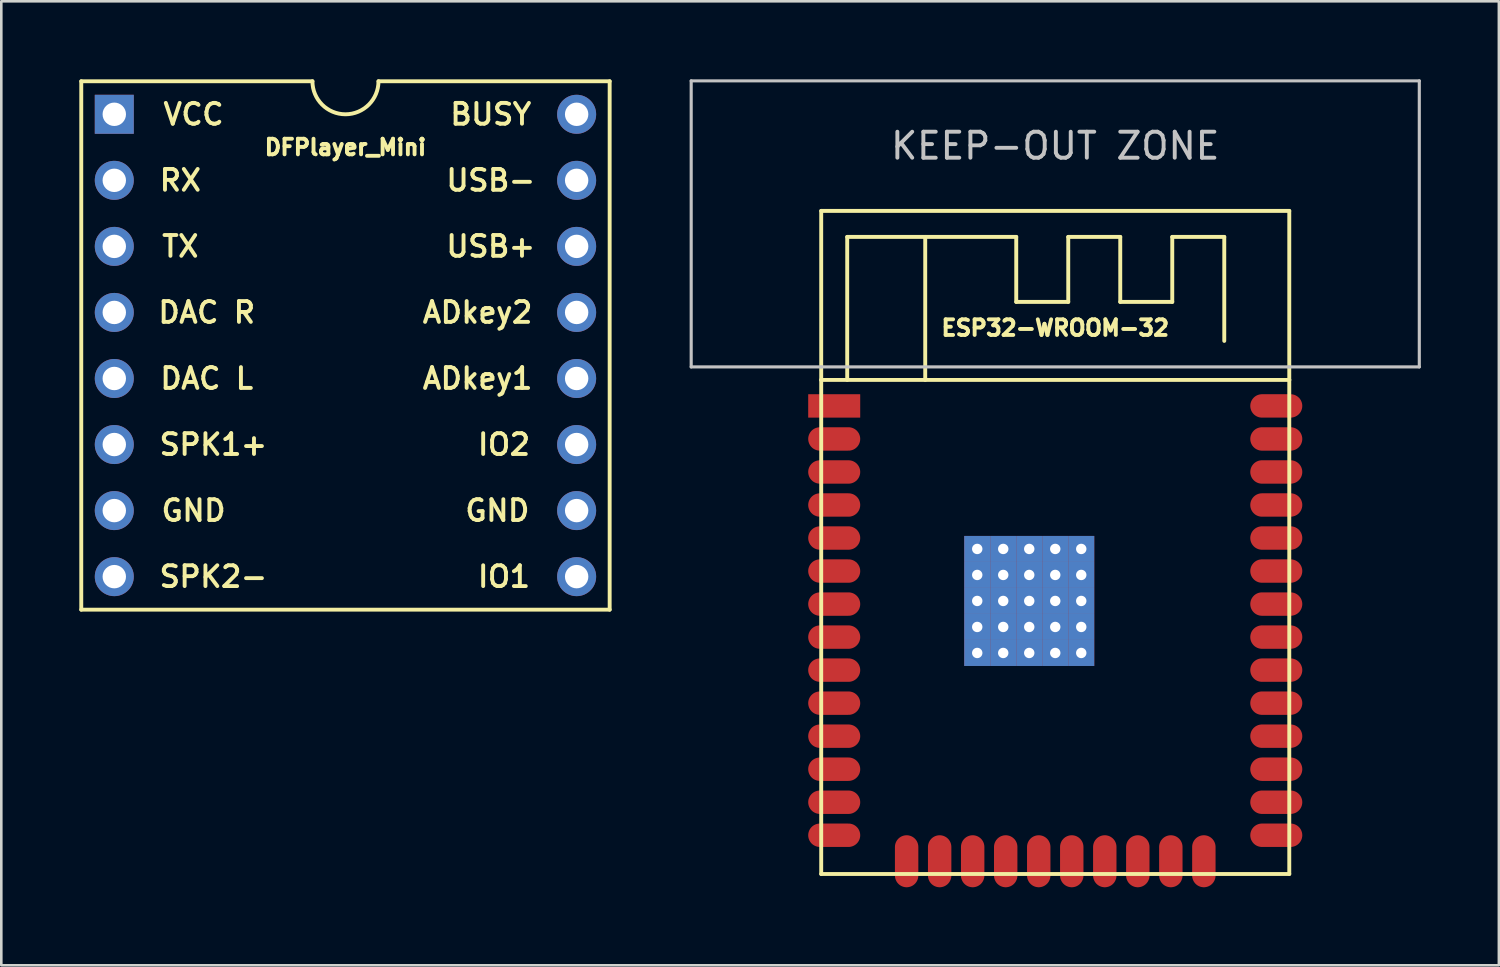
<source format=kicad_pcb>
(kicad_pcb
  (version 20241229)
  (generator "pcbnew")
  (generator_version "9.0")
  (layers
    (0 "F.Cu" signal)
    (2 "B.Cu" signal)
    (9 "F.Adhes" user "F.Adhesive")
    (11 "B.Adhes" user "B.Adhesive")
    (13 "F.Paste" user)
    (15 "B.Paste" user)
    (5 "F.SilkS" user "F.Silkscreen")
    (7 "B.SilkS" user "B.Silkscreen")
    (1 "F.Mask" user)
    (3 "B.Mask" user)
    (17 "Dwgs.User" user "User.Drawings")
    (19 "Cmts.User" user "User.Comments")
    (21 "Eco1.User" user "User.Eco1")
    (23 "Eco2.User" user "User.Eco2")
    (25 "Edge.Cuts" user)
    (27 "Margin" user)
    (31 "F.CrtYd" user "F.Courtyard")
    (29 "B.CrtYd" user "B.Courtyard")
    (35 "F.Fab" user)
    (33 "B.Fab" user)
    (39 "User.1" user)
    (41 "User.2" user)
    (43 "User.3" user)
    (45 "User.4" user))
  (footprint "DFPlayer_Mini"
    (layer "F.Cu")
    (at 10.235 10.235)
    (property "Reference" "DFPlayer_Mini" (at 0 -7.62 0) (layer "F.SilkS") (effects (font (size 0.6 0.6) (thickness 0.15))))
    (attr through_hole)
    (fp_line (start -10.16 10.16) (end -10.16 -10.16) (stroke (width 0.15) (type solid)) (layer "F.SilkS"))
    (fp_line (start -10.16 10.16) (end 10.16 10.16) (stroke (width 0.15) (type solid)) (layer "F.SilkS"))
    (fp_line (start -1.27 -10.16) (end -10.16 -10.16) (stroke (width 0.15) (type solid)) (layer "F.SilkS"))
    (fp_line (start 10.16 -10.16) (end 1.27 -10.16) (stroke (width 0.15) (type solid)) (layer "F.SilkS"))
    (fp_line (start 10.16 -10.16) (end 10.16 10.16) (stroke (width 0.15) (type solid)) (layer "F.SilkS"))
    (fp_arc (start 1.27 -10.16) (mid 0 -8.89) (end -1.27 -10.16) (stroke (width 0.15) (type solid)) (layer "F.SilkS"))
    (fp_text user "RX" (at -6.35 -6.35 0) (layer "F.SilkS") (effects (font (size 0.8 0.8) (thickness 0.15))))
    (fp_text user "TX" (at -6.35 -3.81 0) (layer "F.SilkS") (effects (font (size 0.8 0.8) (thickness 0.15))))
    (fp_text user "USB+" (at 5.588 -3.81 0) (layer "F.SilkS") (effects (font (size 0.8 0.8) (thickness 0.15))))
    (fp_text user "VCC" (at -5.842 -8.89 0) (layer "F.SilkS") (effects (font (size 0.8 0.8) (thickness 0.15))))
    (fp_text user "IO2" (at 6.096 3.81 0) (layer "F.SilkS") (effects (font (size 0.8 0.8) (thickness 0.15))))
    (fp_text user "DAC L" (at -5.334 1.27 0) (layer "F.SilkS") (effects (font (size 0.8 0.8) (thickness 0.15))))
    (fp_text user "ADkey1" (at 5.08 1.27 0) (layer "F.SilkS") (effects (font (size 0.8 0.8) (thickness 0.15))))
    (fp_text user "SPK2-" (at -5.08 8.89 0) (layer "F.SilkS") (effects (font (size 0.8 0.8) (thickness 0.15))))
    (fp_text user "IO1" (at 6.096 8.89 0) (layer "F.SilkS") (effects (font (size 0.8 0.8) (thickness 0.15))))
    (fp_text user "ADkey2" (at 5.08 -1.27 0) (layer "F.SilkS") (effects (font (size 0.8 0.8) (thickness 0.15))))
    (fp_text user "GND" (at 5.842 6.35 0) (layer "F.SilkS") (effects (font (size 0.8 0.8) (thickness 0.15))))
    (fp_text user "GND" (at -5.842 6.35 0) (layer "F.SilkS") (effects (font (size 0.8 0.8) (thickness 0.15))))
    (fp_text user "USB-" (at 5.588 -6.35 0) (layer "F.SilkS") (effects (font (size 0.8 0.8) (thickness 0.15))))
    (fp_text user "BUSY" (at 5.588 -8.89 0) (layer "F.SilkS") (effects (font (size 0.8 0.8) (thickness 0.15))))
    (fp_text user "DAC R" (at -5.334 -1.27 0) (layer "F.SilkS") (effects (font (size 0.8 0.8) (thickness 0.15))))
    (fp_text user "SPK1+" (at -5.08 3.81 0) (layer "F.SilkS") (effects (font (size 0.8 0.8) (thickness 0.15))))
    (pad "1" thru_hole rect (at -8.89 -8.89) (size 1.5 1.5) (drill 0.9) (layers "*.Cu" "*.Mask"))
    (pad "2" thru_hole circle (at -8.89 -6.35) (size 1.5 1.5) (drill 0.9) (layers "*.Cu" "*.Mask"))
    (pad "3" thru_hole circle (at -8.89 -3.81) (size 1.5 1.5) (drill 0.9) (layers "*.Cu" "*.Mask"))
    (pad "4" thru_hole circle (at -8.89 -1.27) (size 1.5 1.5) (drill 0.9) (layers "*.Cu" "*.Mask"))
    (pad "5" thru_hole circle (at -8.89 1.27) (size 1.5 1.5) (drill 0.9) (layers "*.Cu" "*.Mask"))
    (pad "6" thru_hole circle (at -8.89 3.81) (size 1.5 1.5) (drill 0.9) (layers "*.Cu" "*.Mask"))
    (pad "7" thru_hole circle (at -8.89 6.35) (size 1.5 1.5) (drill 0.9) (layers "*.Cu" "*.Mask"))
    (pad "8" thru_hole circle (at -8.89 8.89) (size 1.5 1.5) (drill 0.9) (layers "*.Cu" "*.Mask"))
    (pad "9" thru_hole circle (at 8.89 8.89) (size 1.5 1.5) (drill 0.9) (layers "*.Cu" "*.Mask"))
    (pad "10" thru_hole circle (at 8.89 6.35) (size 1.5 1.5) (drill 0.9) (layers "*.Cu" "*.Mask"))
    (pad "11" thru_hole circle (at 8.89 3.81) (size 1.5 1.5) (drill 0.9) (layers "*.Cu" "*.Mask"))
    (pad "12" thru_hole circle (at 8.89 1.27) (size 1.5 1.5) (drill 0.9) (layers "*.Cu" "*.Mask"))
    (pad "13" thru_hole circle (at 8.89 -1.27) (size 1.5 1.5) (drill 0.9) (layers "*.Cu" "*.Mask"))
    (pad "14" thru_hole circle (at 8.89 -3.81) (size 1.5 1.5) (drill 0.9) (layers "*.Cu" "*.Mask"))
    (pad "15" thru_hole circle (at 8.89 -6.35) (size 1.5 1.5) (drill 0.9) (layers "*.Cu" "*.Mask"))
    (pad "16" thru_hole circle (at 8.89 -8.89) (size 1.5 1.5) (drill 0.9) (layers "*.Cu" "*.Mask")))
  (footprint "ESP32-WROOM-32"
    (layer "F.Cu")
    (at 37.53 12.56)
    (property "Reference" "ESP32-WROOM-32" (at 0 -3 0) (layer "F.SilkS") (effects (font (size 0.6 0.6) (thickness 0.15))))
    (attr through_hole)
    (fp_line (start -9 -1) (end -9 -7.5) (stroke (width 0.15) (type solid)) (layer "F.SilkS"))
    (fp_line (start -9 -1) (end -9 18) (stroke (width 0.15) (type solid)) (layer "F.SilkS"))
    (fp_line (start -9 -1) (end 9 -1) (stroke (width 0.15) (type solid)) (layer "F.SilkS"))
    (fp_line (start -9 18) (end 9 18) (stroke (width 0.15) (type solid)) (layer "F.SilkS"))
    (fp_line (start -8 -6.5) (end -1.5 -6.5) (stroke (width 0.15) (type solid)) (layer "F.SilkS"))
    (fp_line (start -8 -1) (end -8 -6.5) (stroke (width 0.15) (type solid)) (layer "F.SilkS"))
    (fp_line (start -5 -6.5) (end -5 -1) (stroke (width 0.15) (type solid)) (layer "F.SilkS"))
    (fp_line (start -1.5 -6.5) (end -1.5 -4) (stroke (width 0.15) (type solid)) (layer "F.SilkS"))
    (fp_line (start -1.5 -4) (end 0.5 -4) (stroke (width 0.15) (type solid)) (layer "F.SilkS"))
    (fp_line (start 0.5 -6.5) (end 2.5 -6.5) (stroke (width 0.15) (type solid)) (layer "F.SilkS"))
    (fp_line (start 0.5 -4) (end 0.5 -6.5) (stroke (width 0.15) (type solid)) (layer "F.SilkS"))
    (fp_line (start 2.5 -6.5) (end 2.5 -4) (stroke (width 0.15) (type solid)) (layer "F.SilkS"))
    (fp_line (start 2.5 -4) (end 4.5 -4) (stroke (width 0.15) (type solid)) (layer "F.SilkS"))
    (fp_line (start 4.5 -6.5) (end 6.5 -6.5) (stroke (width 0.15) (type solid)) (layer "F.SilkS"))
    (fp_line (start 4.5 -4) (end 4.5 -6.5) (stroke (width 0.15) (type solid)) (layer "F.SilkS"))
    (fp_line (start 6.5 -6.5) (end 6.5 -2.5) (stroke (width 0.15) (type solid)) (layer "F.SilkS"))
    (fp_line (start 9 -7.5) (end -9 -7.5) (stroke (width 0.15) (type solid)) (layer "F.SilkS"))
    (fp_line (start 9 -1) (end 9 -7.5) (stroke (width 0.15) (type solid)) (layer "F.SilkS"))
    (fp_line (start 9 18) (end 9 -1) (stroke (width 0.15) (type solid)) (layer "F.SilkS"))
    (fp_line (start -14 -12.5) (end -14 -1.5) (stroke (width 0.12) (type solid)) (layer "Dwgs.User"))
    (fp_line (start -14 -1.5) (end -9 -1.5) (stroke (width 0.12) (type solid)) (layer "Dwgs.User"))
    (fp_line (start 9 -1.5) (end -9 -1.5) (stroke (width 0.12) (type solid)) (layer "Dwgs.User"))
    (fp_line (start 9 -1.5) (end 14 -1.5) (stroke (width 0.12) (type solid)) (layer "Dwgs.User"))
    (fp_line (start 14 -12.5) (end -14 -12.5) (stroke (width 0.12) (type solid)) (layer "Dwgs.User"))
    (fp_line (start 14 -1.5) (end 14 -12.5) (stroke (width 0.12) (type solid)) (layer "Dwgs.User"))
    (fp_text user "KEEP-OUT ZONE" (at 0 -10 0) (layer "Dwgs.User") (effects (font (size 1 1) (thickness 0.15))))
    (pad "1" smd rect (at -8.5 0) (size 2 0.9) (layers "F.Cu" "F.Mask" "F.Paste"))
    (pad "2" smd oval (at -8.5 1.27) (size 2 0.9) (layers "F.Cu" "F.Mask" "F.Paste"))
    (pad "3" smd oval (at -8.5 2.54) (size 2 0.9) (layers "F.Cu" "F.Mask" "F.Paste"))
    (pad "4" smd oval (at -8.5 3.81) (size 2 0.9) (layers "F.Cu" "F.Mask" "F.Paste"))
    (pad "5" smd oval (at -8.5 5.08) (size 2 0.9) (layers "F.Cu" "F.Mask" "F.Paste"))
    (pad "6" smd oval (at -8.5 6.35) (size 2 0.9) (layers "F.Cu" "F.Mask" "F.Paste"))
    (pad "7" smd oval (at -8.5 7.62) (size 2 0.9) (layers "F.Cu" "F.Mask" "F.Paste"))
    (pad "8" smd oval (at -8.5 8.89) (size 2 0.9) (layers "F.Cu" "F.Mask" "F.Paste"))
    (pad "9" smd oval (at -8.5 10.16) (size 2 0.9) (layers "F.Cu" "F.Mask" "F.Paste"))
    (pad "10" smd oval (at -8.5 11.43) (size 2 0.9) (layers "F.Cu" "F.Mask" "F.Paste"))
    (pad "11" smd oval (at -8.5 12.7) (size 2 0.9) (layers "F.Cu" "F.Mask" "F.Paste"))
    (pad "12" smd oval (at -8.5 13.97) (size 2 0.9) (layers "F.Cu" "F.Mask" "F.Paste"))
    (pad "13" smd oval (at -8.5 15.24) (size 2 0.9) (layers "F.Cu" "F.Mask" "F.Paste"))
    (pad "14" smd oval (at -8.5 16.51) (size 2 0.9) (layers "F.Cu" "F.Mask" "F.Paste"))
    (pad "15" smd oval (at -5.715 17.51 90) (size 2 0.9) (layers "F.Cu" "F.Mask" "F.Paste"))
    (pad "16" smd oval (at -4.445 17.51 90) (size 2 0.9) (layers "F.Cu" "F.Mask" "F.Paste"))
    (pad "17" smd oval (at -3.175 17.51 90) (size 2 0.9) (layers "F.Cu" "F.Mask" "F.Paste"))
    (pad "18" smd oval (at -1.905 17.51 90) (size 2 0.9) (layers "F.Cu" "F.Mask" "F.Paste"))
    (pad "19" smd oval (at -0.635 17.51 90) (size 2 0.9) (layers "F.Cu" "F.Mask" "F.Paste"))
    (pad "20" smd oval (at 0.635 17.51 90) (size 2 0.9) (layers "F.Cu" "F.Mask" "F.Paste"))
    (pad "21" smd oval (at 1.905 17.51 90) (size 2 0.9) (layers "F.Cu" "F.Mask" "F.Paste"))
    (pad "22" smd oval (at 3.175 17.51 90) (size 2 0.9) (layers "F.Cu" "F.Mask" "F.Paste"))
    (pad "23" smd oval (at 4.445 17.51 90) (size 2 0.9) (layers "F.Cu" "F.Mask" "F.Paste"))
    (pad "24" smd oval (at 5.715 17.51 90) (size 2 0.9) (layers "F.Cu" "F.Mask" "F.Paste"))
    (pad "25" smd oval (at 8.5 16.51) (size 2 0.9) (layers "F.Cu" "F.Mask" "F.Paste"))
    (pad "26" smd oval (at 8.5 15.24) (size 2 0.9) (layers "F.Cu" "F.Mask" "F.Paste"))
    (pad "27" smd oval (at 8.5 13.97) (size 2 0.9) (layers "F.Cu" "F.Mask" "F.Paste"))
    (pad "28" smd oval (at 8.5 12.7) (size 2 0.9) (layers "F.Cu" "F.Mask" "F.Paste"))
    (pad "29" smd oval (at 8.5 11.43) (size 2 0.9) (layers "F.Cu" "F.Mask" "F.Paste"))
    (pad "30" smd oval (at 8.5 10.16) (size 2 0.9) (layers "F.Cu" "F.Mask" "F.Paste"))
    (pad "31" smd oval (at 8.5 8.89) (size 2 0.9) (layers "F.Cu" "F.Mask" "F.Paste"))
    (pad "32" smd oval (at 8.5 7.62) (size 2 0.9) (layers "F.Cu" "F.Mask" "F.Paste"))
    (pad "33" smd oval (at 8.5 6.35) (size 2 0.9) (layers "F.Cu" "F.Mask" "F.Paste"))
    (pad "34" smd oval (at 8.5 5.08) (size 2 0.9) (layers "F.Cu" "F.Mask" "F.Paste"))
    (pad "35" smd oval (at 8.5 3.81) (size 2 0.9) (layers "F.Cu" "F.Mask" "F.Paste"))
    (pad "36" smd oval (at 8.5 2.54) (size 2 0.9) (layers "F.Cu" "F.Mask" "F.Paste"))
    (pad "37" smd oval (at 8.5 1.27) (size 2 0.9) (layers "F.Cu" "F.Mask" "F.Paste"))
    (pad "38" smd oval (at 8.5 0) (size 2 0.9) (layers "F.Cu" "F.Mask" "F.Paste"))
    (pad "PAD" thru_hole rect (at -3 5.5) (size 1 1) (drill 0.4) (layers "*.Cu" "*.Mask"))
    (pad "PAD" thru_hole rect (at -3 6.5) (size 1 1) (drill 0.4) (layers "*.Cu" "*.Mask"))
    (pad "PAD" thru_hole rect (at -3 7.5) (size 1 1) (drill 0.4) (layers "*.Cu" "*.Mask"))
    (pad "PAD" thru_hole rect (at -3 8.5) (size 1 1) (drill 0.4) (layers "*.Cu" "*.Mask"))
    (pad "PAD" thru_hole rect (at -3 9.5) (size 1 1) (drill 0.4) (layers "*.Cu" "*.Mask"))
    (pad "PAD" thru_hole rect (at -2 5.5) (size 1 1) (drill 0.4) (layers "*.Cu" "*.Mask"))
    (pad "PAD" thru_hole rect (at -2 6.5) (size 1 1) (drill 0.4) (layers "*.Cu" "*.Mask"))
    (pad "PAD" thru_hole rect (at -2 7.5) (size 1 1) (drill 0.4) (layers "*.Cu" "*.Mask"))
    (pad "PAD" thru_hole rect (at -2 8.5) (size 1 1) (drill 0.4) (layers "*.Cu" "*.Mask"))
    (pad "PAD" thru_hole rect (at -2 9.5) (size 1 1) (drill 0.4) (layers "*.Cu" "*.Mask"))
    (pad "PAD" thru_hole rect (at -1 5.5) (size 1 1) (drill 0.4) (layers "*.Cu" "*.Mask"))
    (pad "PAD" thru_hole rect (at -1 6.5) (size 1 1) (drill 0.4) (layers "*.Cu" "*.Mask"))
    (pad "PAD" thru_hole rect (at -1 7.5) (size 1 1) (drill 0.4) (layers "*.Cu" "*.Mask"))
    (pad "PAD" thru_hole rect (at -1 8.5) (size 1 1) (drill 0.4) (layers "*.Cu" "*.Mask"))
    (pad "PAD" thru_hole rect (at -1 9.5) (size 1 1) (drill 0.4) (layers "*.Cu" "*.Mask"))
    (pad "PAD" thru_hole rect (at 0 5.5) (size 1 1) (drill 0.4) (layers "*.Cu" "*.Mask"))
    (pad "PAD" thru_hole rect (at 0 6.5) (size 1 1) (drill 0.4) (layers "*.Cu" "*.Mask"))
    (pad "PAD" thru_hole rect (at 0 7.5) (size 1 1) (drill 0.4) (layers "*.Cu" "*.Mask"))
    (pad "PAD" thru_hole rect (at 0 8.5) (size 1 1) (drill 0.4) (layers "*.Cu" "*.Mask"))
    (pad "PAD" thru_hole rect (at 0 9.5) (size 1 1) (drill 0.4) (layers "*.Cu" "*.Mask"))
    (pad "PAD" thru_hole rect (at 1 5.5) (size 1 1) (drill 0.4) (layers "*.Cu" "*.Mask"))
    (pad "PAD" thru_hole rect (at 1 6.5) (size 1 1) (drill 0.4) (layers "*.Cu" "*.Mask"))
    (pad "PAD" thru_hole rect (at 1 7.5) (size 1 1) (drill 0.4) (layers "*.Cu" "*.Mask"))
    (pad "PAD" thru_hole rect (at 1 8.5) (size 1 1) (drill 0.4) (layers "*.Cu" "*.Mask"))
    (pad "PAD" thru_hole rect (at 1 9.5) (size 1 1) (drill 0.4) (layers "*.Cu" "*.Mask")))
  (gr_rect
    (start -3 -3)
    (end 54.59 34.07)
    (stroke (width 0.1) (type default))
    (fill no)
    (layer "Edge.Cuts")))
</source>
